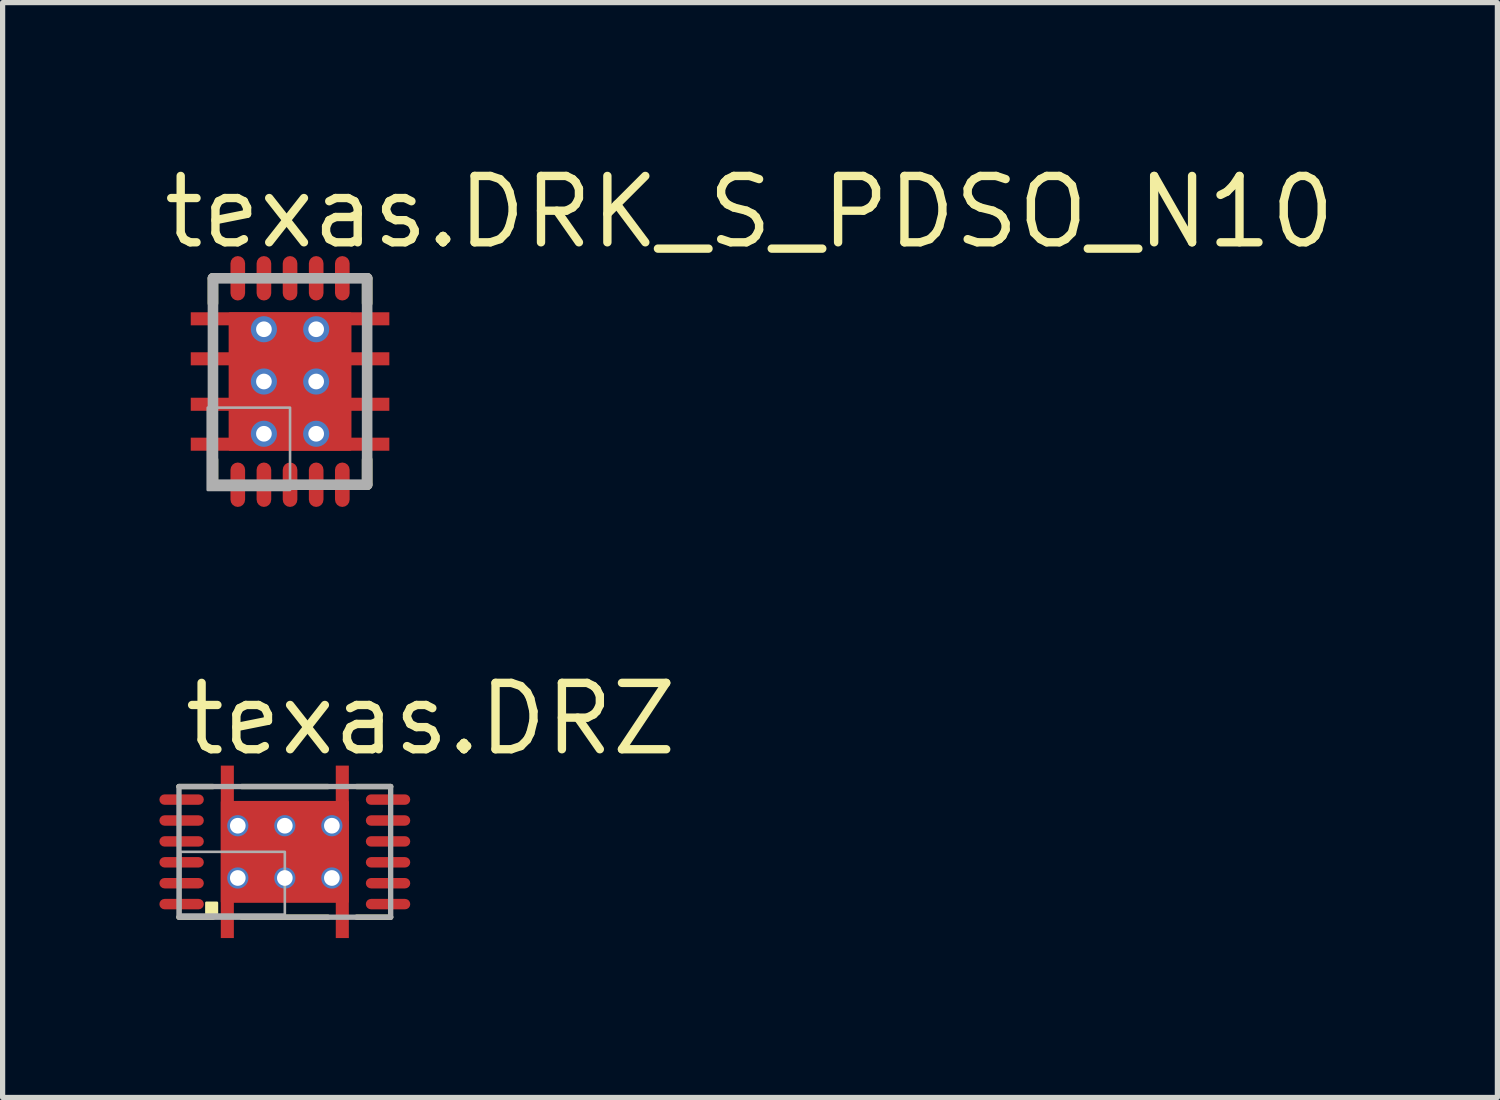
<source format=kicad_pcb>
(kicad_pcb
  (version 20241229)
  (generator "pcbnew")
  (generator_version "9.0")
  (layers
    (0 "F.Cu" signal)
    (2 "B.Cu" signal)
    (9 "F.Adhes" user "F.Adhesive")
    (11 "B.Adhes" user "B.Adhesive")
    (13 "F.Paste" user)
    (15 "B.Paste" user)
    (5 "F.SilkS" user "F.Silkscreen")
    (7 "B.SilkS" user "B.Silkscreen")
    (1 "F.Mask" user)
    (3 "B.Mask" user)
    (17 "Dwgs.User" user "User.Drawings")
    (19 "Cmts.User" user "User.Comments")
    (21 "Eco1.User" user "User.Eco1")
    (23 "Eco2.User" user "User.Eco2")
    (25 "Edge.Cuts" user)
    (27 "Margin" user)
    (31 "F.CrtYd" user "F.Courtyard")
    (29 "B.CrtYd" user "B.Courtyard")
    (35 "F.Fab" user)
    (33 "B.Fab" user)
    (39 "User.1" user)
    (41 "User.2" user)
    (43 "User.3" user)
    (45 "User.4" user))
  (footprint "texas.DRZ"
    (layer "F.Cu")
    (at 2.4 13.25)
    (property "Reference" "texas.DRZ" (at -2 -1.8 0) (layer "F.SilkS") (effects (font (size 1.27 1.27) (thickness 0.16)) (justify left bottom)))
    (attr smd)
    (fp_rect (start -2.35 -0.875) (end -1.65 -1.125) (stroke (width 0.05) (type default)) (fill yes) (layer "F.Mask"))
    (fp_rect (start -2.35 -0.475) (end -1.65 -0.725) (stroke (width 0.05) (type default)) (fill yes) (layer "F.Mask"))
    (fp_rect (start -2.35 -0.075) (end -1.65 -0.325) (stroke (width 0.05) (type default)) (fill yes) (layer "F.Mask"))
    (fp_rect (start -2.35 0.325) (end -1.65 0.075) (stroke (width 0.05) (type default)) (fill yes) (layer "F.Mask"))
    (fp_rect (start -2.35 0.725) (end -1.65 0.475) (stroke (width 0.05) (type default)) (fill yes) (layer "F.Mask"))
    (fp_rect (start -2.35 1.125) (end -1.65 0.875) (stroke (width 0.05) (type default)) (fill yes) (layer "F.Mask"))
    (fp_rect (start -1.25 1.675) (end -0.95 -1.675) (stroke (width 0.05) (type default)) (fill yes) (layer "F.Mask"))
    (fp_rect (start -0.975 1) (end 0.975 -1) (stroke (width 0.05) (type default)) (fill yes) (layer "F.Mask"))
    (fp_rect (start 0.95 1.675) (end 1.25 -1.675) (stroke (width 0.05) (type default)) (fill yes) (layer "F.Mask"))
    (fp_rect (start 1.65 -0.875) (end 2.35 -1.125) (stroke (width 0.05) (type default)) (fill yes) (layer "F.Mask"))
    (fp_rect (start 1.65 -0.475) (end 2.35 -0.725) (stroke (width 0.05) (type default)) (fill yes) (layer "F.Mask"))
    (fp_rect (start 1.65 -0.075) (end 2.35 -0.325) (stroke (width 0.05) (type default)) (fill yes) (layer "F.Mask"))
    (fp_rect (start 1.65 0.325) (end 2.35 0.075) (stroke (width 0.05) (type default)) (fill yes) (layer "F.Mask"))
    (fp_rect (start 1.65 0.725) (end 2.35 0.475) (stroke (width 0.05) (type default)) (fill yes) (layer "F.Mask"))
    (fp_rect (start 1.65 1.125) (end 2.35 0.875) (stroke (width 0.05) (type default)) (fill yes) (layer "F.Mask"))
    (fp_circle (center -1.65 -1) (end -1.525 -1) (stroke (width 0.1) (type default)) (fill no) (layer "F.Mask"))
    (fp_circle (center -1.65 -0.6) (end -1.525 -0.6) (stroke (width 0.1) (type default)) (fill no) (layer "F.Mask"))
    (fp_circle (center -1.65 -0.2) (end -1.525 -0.2) (stroke (width 0.1) (type default)) (fill no) (layer "F.Mask"))
    (fp_circle (center -1.65 0.2) (end -1.525 0.2) (stroke (width 0.1) (type default)) (fill no) (layer "F.Mask"))
    (fp_circle (center -1.65 0.6) (end -1.525 0.6) (stroke (width 0.1) (type default)) (fill no) (layer "F.Mask"))
    (fp_circle (center -1.65 1) (end -1.525 1) (stroke (width 0.1) (type default)) (fill no) (layer "F.Mask"))
    (fp_circle (center 1.65 -1) (end 1.775 -1) (stroke (width 0.1) (type default)) (fill no) (layer "F.Mask"))
    (fp_circle (center 1.65 -0.6) (end 1.775 -0.6) (stroke (width 0.1) (type default)) (fill no) (layer "F.Mask"))
    (fp_circle (center 1.65 -0.2) (end 1.775 -0.2) (stroke (width 0.1) (type default)) (fill no) (layer "F.Mask"))
    (fp_circle (center 1.65 0.2) (end 1.775 0.2) (stroke (width 0.1) (type default)) (fill no) (layer "F.Mask"))
    (fp_circle (center 1.65 0.6) (end 1.775 0.6) (stroke (width 0.1) (type default)) (fill no) (layer "F.Mask"))
    (fp_circle (center 1.65 1) (end 1.775 1) (stroke (width 0.1) (type default)) (fill no) (layer "F.Mask"))
    (fp_line (start -2.025 1.25) (end -1.375 1.25) (stroke (width 0.102) (type default)) (layer "F.SilkS"))
    (fp_line (start -1.375 -1.25) (end -2.025 -1.25) (stroke (width 0.102) (type default)) (layer "F.SilkS"))
    (fp_line (start -0.825 1.25) (end 0.825 1.25) (stroke (width 0.102) (type default)) (layer "F.SilkS"))
    (fp_line (start 0.825 -1.25) (end -0.825 -1.25) (stroke (width 0.102) (type default)) (layer "F.SilkS"))
    (fp_line (start 1.375 1.25) (end 2.025 1.25) (stroke (width 0.102) (type default)) (layer "F.SilkS"))
    (fp_line (start 2.025 -1.25) (end 1.375 -1.25) (stroke (width 0.102) (type default)) (layer "F.SilkS"))
    (fp_rect (start -1.5 1.175) (end -1.3 0.975) (stroke (width 0.05) (type default)) (fill yes) (layer "F.SilkS"))
    (fp_rect (start -2.325 -0.925) (end -1.65 -1.075) (stroke (width 0.05) (type default)) (fill yes) (layer "F.Paste"))
    (fp_rect (start -2.325 -0.525) (end -1.65 -0.675) (stroke (width 0.05) (type default)) (fill yes) (layer "F.Paste"))
    (fp_rect (start -2.325 -0.125) (end -1.65 -0.275) (stroke (width 0.05) (type default)) (fill yes) (layer "F.Paste"))
    (fp_rect (start -2.325 0.275) (end -1.65 0.125) (stroke (width 0.05) (type default)) (fill yes) (layer "F.Paste"))
    (fp_rect (start -2.325 0.675) (end -1.65 0.525) (stroke (width 0.05) (type default)) (fill yes) (layer "F.Paste"))
    (fp_rect (start -2.325 1.075) (end -1.65 0.925) (stroke (width 0.05) (type default)) (fill yes) (layer "F.Paste"))
    (fp_rect (start -1.225 -1.1) (end -0.975 -1.625) (stroke (width 0.05) (type default)) (fill yes) (layer "F.Paste"))
    (fp_rect (start -1.225 1.625) (end -0.975 1.1) (stroke (width 0.05) (type default)) (fill yes) (layer "F.Paste"))
    (fp_rect (start -1.1 -0.1) (end -0.1 -0.9) (stroke (width 0.05) (type default)) (fill yes) (layer "F.Paste"))
    (fp_rect (start -1.1 0.9) (end -0.1 0.1) (stroke (width 0.05) (type default)) (fill yes) (layer "F.Paste"))
    (fp_rect (start 0.1 -0.1) (end 1.1 -0.9) (stroke (width 0.05) (type default)) (fill yes) (layer "F.Paste"))
    (fp_rect (start 0.1 0.9) (end 1.1 0.1) (stroke (width 0.05) (type default)) (fill yes) (layer "F.Paste"))
    (fp_rect (start 0.975 -1.1) (end 1.225 -1.625) (stroke (width 0.05) (type default)) (fill yes) (layer "F.Paste"))
    (fp_rect (start 0.975 1.625) (end 1.225 1.1) (stroke (width 0.05) (type default)) (fill yes) (layer "F.Paste"))
    (fp_rect (start 1.65 -0.925) (end 2.325 -1.075) (stroke (width 0.05) (type default)) (fill yes) (layer "F.Paste"))
    (fp_rect (start 1.65 -0.525) (end 2.325 -0.675) (stroke (width 0.05) (type default)) (fill yes) (layer "F.Paste"))
    (fp_rect (start 1.65 -0.125) (end 2.325 -0.275) (stroke (width 0.05) (type default)) (fill yes) (layer "F.Paste"))
    (fp_rect (start 1.65 0.275) (end 2.325 0.125) (stroke (width 0.05) (type default)) (fill yes) (layer "F.Paste"))
    (fp_rect (start 1.65 0.675) (end 2.325 0.525) (stroke (width 0.05) (type default)) (fill yes) (layer "F.Paste"))
    (fp_rect (start 1.65 1.075) (end 2.325 0.925) (stroke (width 0.05) (type default)) (fill yes) (layer "F.Paste"))
    (fp_circle (center -1.65 -1) (end -1.575 -1) (stroke (width 0.1) (type default)) (fill no) (layer "F.Paste"))
    (fp_circle (center -1.65 -0.6) (end -1.575 -0.6) (stroke (width 0.1) (type default)) (fill no) (layer "F.Paste"))
    (fp_circle (center -1.65 -0.2) (end -1.575 -0.2) (stroke (width 0.1) (type default)) (fill no) (layer "F.Paste"))
    (fp_circle (center -1.65 0.2) (end -1.575 0.2) (stroke (width 0.1) (type default)) (fill no) (layer "F.Paste"))
    (fp_circle (center -1.65 0.6) (end -1.575 0.6) (stroke (width 0.1) (type default)) (fill no) (layer "F.Paste"))
    (fp_circle (center -1.65 1) (end -1.575 1) (stroke (width 0.1) (type default)) (fill no) (layer "F.Paste"))
    (fp_circle (center 1.65 -1) (end 1.725 -1) (stroke (width 0.1) (type default)) (fill no) (layer "F.Paste"))
    (fp_circle (center 1.65 -0.6) (end 1.725 -0.6) (stroke (width 0.1) (type default)) (fill no) (layer "F.Paste"))
    (fp_circle (center 1.65 -0.2) (end 1.725 -0.2) (stroke (width 0.1) (type default)) (fill no) (layer "F.Paste"))
    (fp_circle (center 1.65 0.2) (end 1.725 0.2) (stroke (width 0.1) (type default)) (fill no) (layer "F.Paste"))
    (fp_circle (center 1.65 0.6) (end 1.725 0.6) (stroke (width 0.1) (type default)) (fill no) (layer "F.Paste"))
    (fp_circle (center 1.65 1) (end 1.725 1) (stroke (width 0.1) (type default)) (fill no) (layer "F.Paste"))
    (fp_line (start -2.025 -1.25) (end -2.025 1.25) (stroke (width 0.102) (type default)) (layer "F.Fab"))
    (fp_line (start -2.025 1.25) (end 2.025 1.25) (stroke (width 0.102) (type default)) (layer "F.Fab"))
    (fp_line (start 2.025 -1.25) (end -2.025 -1.25) (stroke (width 0.102) (type default)) (layer "F.Fab"))
    (fp_line (start 2.025 1.25) (end 2.025 -1.25) (stroke (width 0.102) (type default)) (layer "F.Fab"))
    (fp_rect (start -2 1.2) (end 0 0) (stroke (width 0.05) (type default)) (fill no) (layer "F.Fab"))
    (pad "1" smd roundrect (at -1.975 -1) (size 0.85 0.2) (layers "F.Cu" "F.Mask" "F.Paste") (roundrect_rratio 0.5))
    (pad "2" smd roundrect (at -1.975 -0.6) (size 0.85 0.2) (layers "F.Cu" "F.Mask" "F.Paste") (roundrect_rratio 0.5))
    (pad "3" smd roundrect (at -1.975 -0.2) (size 0.85 0.2) (layers "F.Cu" "F.Mask" "F.Paste") (roundrect_rratio 0.5))
    (pad "4" smd roundrect (at -1.975 0.2) (size 0.85 0.2) (layers "F.Cu" "F.Mask" "F.Paste") (roundrect_rratio 0.5))
    (pad "5" smd roundrect (at -1.975 0.6) (size 0.85 0.2) (layers "F.Cu" "F.Mask" "F.Paste") (roundrect_rratio 0.5))
    (pad "6" smd roundrect (at -1.975 1) (size 0.85 0.2) (layers "F.Cu" "F.Mask" "F.Paste") (roundrect_rratio 0.5))
    (pad "7" smd roundrect (at 1.975 1 180) (size 0.85 0.2) (layers "F.Cu" "F.Mask" "F.Paste") (roundrect_rratio 0.5))
    (pad "8" smd roundrect (at 1.975 0.6 180) (size 0.85 0.2) (layers "F.Cu" "F.Mask" "F.Paste") (roundrect_rratio 0.5))
    (pad "9" smd roundrect (at 1.975 0.2 180) (size 0.85 0.2) (layers "F.Cu" "F.Mask" "F.Paste") (roundrect_rratio 0.5))
    (pad "10" smd roundrect (at 1.975 -0.2 180) (size 0.85 0.2) (layers "F.Cu" "F.Mask" "F.Paste") (roundrect_rratio 0.5))
    (pad "11" smd roundrect (at 1.975 -0.6 180) (size 0.85 0.2) (layers "F.Cu" "F.Mask" "F.Paste") (roundrect_rratio 0.5))
    (pad "12" smd roundrect (at 1.975 -1 180) (size 0.85 0.2) (layers "F.Cu" "F.Mask" "F.Paste") (roundrect_rratio 0.5))
    (pad "EXP@1" smd roundrect (at 0 0) (size 2.45 1.95) (layers "F.Cu" "F.Mask" "F.Paste") (roundrect_rratio 0.01))
    (pad "EXP@2" smd roundrect (at -1.1 0) (size 0.25 3.3) (layers "F.Cu" "F.Mask" "F.Paste") (roundrect_rratio 0.01))
    (pad "EXP@3" smd roundrect (at 1.1 0) (size 0.25 3.3) (layers "F.Cu" "F.Mask" "F.Paste") (roundrect_rratio 0.01))
    (pad "EXP@4" thru_hole circle (at -0.9 -0.5) (size 0.406 0.406) (drill 0.3) (layers "*.Cu" "*.Mask"))
    (pad "EXP@5" thru_hole circle (at 0 -0.5) (size 0.406 0.406) (drill 0.3) (layers "*.Cu" "*.Mask"))
    (pad "EXP@6" thru_hole circle (at 0.9 -0.5) (size 0.406 0.406) (drill 0.3) (layers "*.Cu" "*.Mask"))
    (pad "EXP@7" thru_hole circle (at -0.9 0.5) (size 0.406 0.406) (drill 0.3) (layers "*.Cu" "*.Mask"))
    (pad "EXP@8" thru_hole circle (at 0 0.5) (size 0.406 0.406) (drill 0.3) (layers "*.Cu" "*.Mask"))
    (pad "EXP@9" thru_hole circle (at 0.9 0.5) (size 0.406 0.406) (drill 0.3) (layers "*.Cu" "*.Mask")))
  (footprint "texas.DRK_S_PDSO_N10"
    (layer "F.Cu")
    (at 2.5 4.25)
    (property "Reference" "texas.DRK_S_PDSO_N10" (at -2.5 -2.5 0) (layer "F.SilkS") (effects (font (size 1.27 1.27) (thickness 0.16)) (justify left bottom)))
    (attr smd)
    (fp_rect (start -1.925 -1.05) (end -1.175 -1.35) (stroke (width 0.05) (type default)) (fill yes) (layer "F.Mask"))
    (fp_rect (start -1.925 -0.275) (end -1.175 -0.6) (stroke (width 0.05) (type default)) (fill yes) (layer "F.Mask"))
    (fp_rect (start -1.925 0.6) (end -1.175 0.275) (stroke (width 0.05) (type default)) (fill yes) (layer "F.Mask"))
    (fp_rect (start -1.925 1.35) (end -1.175 1.05) (stroke (width 0.05) (type default)) (fill yes) (layer "F.Mask"))
    (fp_rect (start -1.225 1.375) (end 1.225 -1.375) (stroke (width 0.05) (type default)) (fill yes) (layer "F.Mask"))
    (fp_rect (start -1.175 -1.665) (end -0.825 -2.425) (stroke (width 0.05) (type default)) (fill yes) (layer "F.Mask"))
    (fp_rect (start -1.175 2.425) (end -0.825 1.665) (stroke (width 0.05) (type default)) (fill yes) (layer "F.Mask"))
    (fp_rect (start -0.675 -1.665) (end -0.325 -2.425) (stroke (width 0.05) (type default)) (fill yes) (layer "F.Mask"))
    (fp_rect (start -0.675 2.425) (end -0.325 1.665) (stroke (width 0.05) (type default)) (fill yes) (layer "F.Mask"))
    (fp_rect (start -0.175 -1.665) (end 0.175 -2.425) (stroke (width 0.05) (type default)) (fill yes) (layer "F.Mask"))
    (fp_rect (start -0.175 2.425) (end 0.175 1.665) (stroke (width 0.05) (type default)) (fill yes) (layer "F.Mask"))
    (fp_rect (start 0.325 -1.665) (end 0.675 -2.425) (stroke (width 0.05) (type default)) (fill yes) (layer "F.Mask"))
    (fp_rect (start 0.325 2.425) (end 0.675 1.665) (stroke (width 0.05) (type default)) (fill yes) (layer "F.Mask"))
    (fp_rect (start 0.825 -1.665) (end 1.175 -2.425) (stroke (width 0.05) (type default)) (fill yes) (layer "F.Mask"))
    (fp_rect (start 0.825 2.425) (end 1.175 1.665) (stroke (width 0.05) (type default)) (fill yes) (layer "F.Mask"))
    (fp_rect (start 1.175 -1.05) (end 1.925 -1.35) (stroke (width 0.05) (type default)) (fill yes) (layer "F.Mask"))
    (fp_rect (start 1.175 -0.275) (end 1.925 -0.6) (stroke (width 0.05) (type default)) (fill yes) (layer "F.Mask"))
    (fp_rect (start 1.175 0.6) (end 1.925 0.275) (stroke (width 0.05) (type default)) (fill yes) (layer "F.Mask"))
    (fp_rect (start 1.175 1.35) (end 1.925 1.05) (stroke (width 0.05) (type default)) (fill yes) (layer "F.Mask"))
    (fp_circle (center -1 -1.665) (end -0.825 -1.665) (stroke (width 0.1) (type default)) (fill no) (layer "F.Mask"))
    (fp_circle (center -1 1.665) (end -0.825 1.665) (stroke (width 0.1) (type default)) (fill no) (layer "F.Mask"))
    (fp_circle (center -0.5 -1.665) (end -0.325 -1.665) (stroke (width 0.1) (type default)) (fill no) (layer "F.Mask"))
    (fp_circle (center -0.5 1.665) (end -0.325 1.665) (stroke (width 0.1) (type default)) (fill no) (layer "F.Mask"))
    (fp_circle (center 0 -1.665) (end 0.175 -1.665) (stroke (width 0.1) (type default)) (fill no) (layer "F.Mask"))
    (fp_circle (center 0 1.665) (end 0.175 1.665) (stroke (width 0.1) (type default)) (fill no) (layer "F.Mask"))
    (fp_circle (center 0.5 -1.665) (end 0.675 -1.665) (stroke (width 0.1) (type default)) (fill no) (layer "F.Mask"))
    (fp_circle (center 0.5 1.665) (end 0.675 1.665) (stroke (width 0.1) (type default)) (fill no) (layer "F.Mask"))
    (fp_circle (center 1 -1.665) (end 1.175 -1.665) (stroke (width 0.1) (type default)) (fill no) (layer "F.Mask"))
    (fp_circle (center 1 1.665) (end 1.175 1.665) (stroke (width 0.1) (type default)) (fill no) (layer "F.Mask"))
    (fp_line (start -1.475 -1.498) (end -1.475 -1.975) (stroke (width 0.203) (type default)) (layer "F.SilkS"))
    (fp_line (start -1.475 1.975) (end -1.475 1.498) (stroke (width 0.203) (type default)) (layer "F.SilkS"))
    (fp_line (start 1.475 -1.975) (end 1.475 -1.498) (stroke (width 0.203) (type default)) (layer "F.SilkS"))
    (fp_line (start 1.475 1.498) (end 1.475 1.975) (stroke (width 0.203) (type default)) (layer "F.SilkS"))
    (fp_rect (start -1.9 -1.075) (end -1.325 -1.325) (stroke (width 0.05) (type default)) (fill yes) (layer "F.Paste"))
    (fp_rect (start -1.9 -0.325) (end -1.325 -0.55) (stroke (width 0.05) (type default)) (fill yes) (layer "F.Paste"))
    (fp_rect (start -1.9 0.55) (end -1.325 0.325) (stroke (width 0.05) (type default)) (fill yes) (layer "F.Paste"))
    (fp_rect (start -1.9 1.325) (end -1.325 1.075) (stroke (width 0.05) (type default)) (fill yes) (layer "F.Paste"))
    (fp_rect (start -1.115 -1.665) (end -0.885 -2.35) (stroke (width 0.05) (type default)) (fill yes) (layer "F.Paste"))
    (fp_rect (start -1.115 2.35) (end -0.885 1.665) (stroke (width 0.05) (type default)) (fill yes) (layer "F.Paste"))
    (fp_rect (start -1 -0.1) (end -0.1 -1.3) (stroke (width 0.05) (type default)) (fill yes) (layer "F.Paste"))
    (fp_rect (start -1 1.3) (end -0.1 0.1) (stroke (width 0.05) (type default)) (fill yes) (layer "F.Paste"))
    (fp_rect (start -0.615 -1.665) (end -0.385 -2.35) (stroke (width 0.05) (type default)) (fill yes) (layer "F.Paste"))
    (fp_rect (start -0.615 2.35) (end -0.385 1.665) (stroke (width 0.05) (type default)) (fill yes) (layer "F.Paste"))
    (fp_rect (start -0.115 -1.665) (end 0.115 -2.35) (stroke (width 0.05) (type default)) (fill yes) (layer "F.Paste"))
    (fp_rect (start -0.115 2.35) (end 0.115 1.665) (stroke (width 0.05) (type default)) (fill yes) (layer "F.Paste"))
    (fp_rect (start 0.1 -0.1) (end 1 -1.3) (stroke (width 0.05) (type default)) (fill yes) (layer "F.Paste"))
    (fp_rect (start 0.1 1.3) (end 1 0.1) (stroke (width 0.05) (type default)) (fill yes) (layer "F.Paste"))
    (fp_rect (start 0.385 -1.665) (end 0.615 -2.35) (stroke (width 0.05) (type default)) (fill yes) (layer "F.Paste"))
    (fp_rect (start 0.385 2.35) (end 0.615 1.665) (stroke (width 0.05) (type default)) (fill yes) (layer "F.Paste"))
    (fp_rect (start 0.885 -1.665) (end 1.115 -2.35) (stroke (width 0.05) (type default)) (fill yes) (layer "F.Paste"))
    (fp_rect (start 0.885 2.35) (end 1.115 1.665) (stroke (width 0.05) (type default)) (fill yes) (layer "F.Paste"))
    (fp_rect (start 1.325 -1.075) (end 1.9 -1.325) (stroke (width 0.05) (type default)) (fill yes) (layer "F.Paste"))
    (fp_rect (start 1.325 -0.325) (end 1.9 -0.55) (stroke (width 0.05) (type default)) (fill yes) (layer "F.Paste"))
    (fp_rect (start 1.325 0.55) (end 1.9 0.325) (stroke (width 0.05) (type default)) (fill yes) (layer "F.Paste"))
    (fp_rect (start 1.325 1.325) (end 1.9 1.075) (stroke (width 0.05) (type default)) (fill yes) (layer "F.Paste"))
    (fp_circle (center -1 -1.665) (end -0.885 -1.665) (stroke (width 0.1) (type default)) (fill no) (layer "F.Paste"))
    (fp_circle (center -1 1.665) (end -0.885 1.665) (stroke (width 0.1) (type default)) (fill no) (layer "F.Paste"))
    (fp_circle (center -0.5 -1.665) (end -0.385 -1.665) (stroke (width 0.1) (type default)) (fill no) (layer "F.Paste"))
    (fp_circle (center -0.5 1.665) (end -0.385 1.665) (stroke (width 0.1) (type default)) (fill no) (layer "F.Paste"))
    (fp_circle (center 0 -1.665) (end 0.115 -1.665) (stroke (width 0.1) (type default)) (fill no) (layer "F.Paste"))
    (fp_circle (center 0 1.665) (end 0.115 1.665) (stroke (width 0.1) (type default)) (fill no) (layer "F.Paste"))
    (fp_circle (center 0.5 -1.665) (end 0.615 -1.665) (stroke (width 0.1) (type default)) (fill no) (layer "F.Paste"))
    (fp_circle (center 0.5 1.665) (end 0.615 1.665) (stroke (width 0.1) (type default)) (fill no) (layer "F.Paste"))
    (fp_circle (center 1 -1.665) (end 1.115 -1.665) (stroke (width 0.1) (type default)) (fill no) (layer "F.Paste"))
    (fp_circle (center 1 1.665) (end 1.115 1.665) (stroke (width 0.1) (type default)) (fill no) (layer "F.Paste"))
    (fp_line (start -1.475 -1.975) (end 1.475 -1.975) (stroke (width 0.203) (type default)) (layer "F.Fab"))
    (fp_line (start -1.475 1.975) (end -1.475 -1.975) (stroke (width 0.203) (type default)) (layer "F.Fab"))
    (fp_line (start 1.475 -1.975) (end 1.475 1.975) (stroke (width 0.203) (type default)) (layer "F.Fab"))
    (fp_line (start 1.475 1.975) (end -1.475 1.975) (stroke (width 0.203) (type default)) (layer "F.Fab"))
    (fp_rect (start -1.575 2.075) (end 0 0.5) (stroke (width 0.05) (type default)) (fill no) (layer "F.Fab"))
    (pad "1" smd roundrect (at -1 1.975 90) (size 0.85 0.28) (layers "F.Cu" "F.Mask" "F.Paste") (roundrect_rratio 0.5))
    (pad "2" smd roundrect (at -0.5 1.975 90) (size 0.85 0.28) (layers "F.Cu" "F.Mask" "F.Paste") (roundrect_rratio 0.5))
    (pad "3" smd roundrect (at 0 1.975 90) (size 0.85 0.28) (layers "F.Cu" "F.Mask" "F.Paste") (roundrect_rratio 0.5))
    (pad "4" smd roundrect (at 0.5 1.975 90) (size 0.85 0.28) (layers "F.Cu" "F.Mask" "F.Paste") (roundrect_rratio 0.5))
    (pad "5" smd roundrect (at 1 1.975 90) (size 0.85 0.28) (layers "F.Cu" "F.Mask" "F.Paste") (roundrect_rratio 0.5))
    (pad "6" smd roundrect (at 1 -1.975 270) (size 0.85 0.28) (layers "F.Cu" "F.Mask" "F.Paste") (roundrect_rratio 0.5))
    (pad "7" smd roundrect (at 0.5 -1.975 270) (size 0.85 0.28) (layers "F.Cu" "F.Mask" "F.Paste") (roundrect_rratio 0.5))
    (pad "8" smd roundrect (at 0 -1.975 270) (size 0.85 0.28) (layers "F.Cu" "F.Mask" "F.Paste") (roundrect_rratio 0.5))
    (pad "9" smd roundrect (at -0.5 -1.975 270) (size 0.85 0.28) (layers "F.Cu" "F.Mask" "F.Paste") (roundrect_rratio 0.5))
    (pad "10" smd roundrect (at -1 -1.975 270) (size 0.85 0.28) (layers "F.Cu" "F.Mask" "F.Paste") (roundrect_rratio 0.5))
    (pad "PP" smd roundrect (at 0 0) (size 2.35 2.65) (layers "F.Cu" "F.Mask" "F.Paste") (roundrect_rratio 0.01))
    (pad "PP@1" smd roundrect (at 0 -1.2) (size 3.8 0.25) (layers "F.Cu" "F.Mask" "F.Paste") (roundrect_rratio 0.01))
    (pad "PP@2" smd roundrect (at 0 -0.435) (size 3.8 0.25) (layers "F.Cu" "F.Mask" "F.Paste") (roundrect_rratio 0.01))
    (pad "PP@3" smd roundrect (at 0 0.435) (size 3.8 0.25) (layers "F.Cu" "F.Mask" "F.Paste") (roundrect_rratio 0.01))
    (pad "PP@4" smd roundrect (at 0 1.2) (size 3.8 0.25) (layers "F.Cu" "F.Mask" "F.Paste") (roundrect_rratio 0.01))
    (pad "PP@5" thru_hole circle (at -0.5 -1) (size 0.5 0.5) (drill 0.3) (layers "*.Cu" "*.Mask"))
    (pad "PP@6" thru_hole circle (at 0.5 -1) (size 0.5 0.5) (drill 0.3) (layers "*.Cu" "*.Mask"))
    (pad "PP@7" thru_hole circle (at -0.5 0) (size 0.5 0.5) (drill 0.3) (layers "*.Cu" "*.Mask"))
    (pad "PP@8" thru_hole circle (at 0.5 0) (size 0.5 0.5) (drill 0.3) (layers "*.Cu" "*.Mask"))
    (pad "PP@9" thru_hole circle (at -0.5 1) (size 0.5 0.5) (drill 0.3) (layers "*.Cu" "*.Mask"))
    (pad "PP@10" thru_hole circle (at 0.5 1) (size 0.5 0.5) (drill 0.3) (layers "*.Cu" "*.Mask")))
  (gr_rect
    (start -3 -3)
    (end 25.602 17.95)
    (stroke (width 0.1) (type default))
    (fill no)
    (layer "Edge.Cuts")))
</source>
